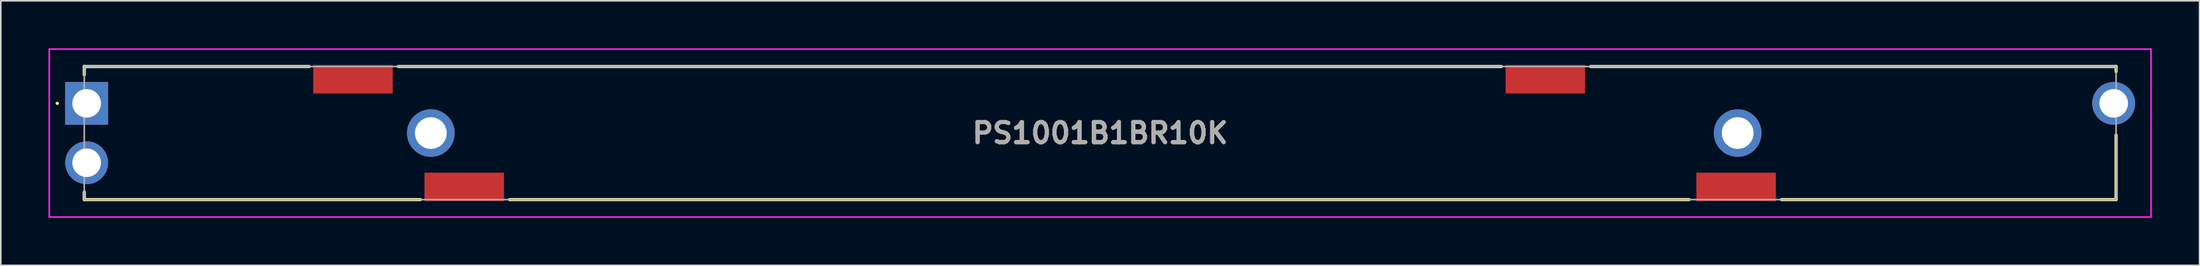
<source format=kicad_pcb>
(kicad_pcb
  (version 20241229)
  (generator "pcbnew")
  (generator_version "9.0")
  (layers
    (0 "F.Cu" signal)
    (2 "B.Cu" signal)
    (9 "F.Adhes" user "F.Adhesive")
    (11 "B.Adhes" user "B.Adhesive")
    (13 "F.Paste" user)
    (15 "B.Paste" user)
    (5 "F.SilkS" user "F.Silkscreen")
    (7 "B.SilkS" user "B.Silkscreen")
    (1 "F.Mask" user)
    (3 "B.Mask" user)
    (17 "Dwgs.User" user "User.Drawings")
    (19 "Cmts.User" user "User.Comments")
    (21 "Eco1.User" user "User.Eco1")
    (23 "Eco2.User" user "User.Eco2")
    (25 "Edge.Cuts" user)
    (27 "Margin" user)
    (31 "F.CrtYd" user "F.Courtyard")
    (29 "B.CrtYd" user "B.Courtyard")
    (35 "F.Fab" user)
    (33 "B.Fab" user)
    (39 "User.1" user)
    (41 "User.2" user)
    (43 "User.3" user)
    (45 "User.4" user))
  (footprint "PS1001B1BR10K"
    (layer "F.Cu")
    (at 2.4 3.475)
    (property "Reference" "PS1001B1BR10K" (at 63.75 1.875 0) (layer "F.SilkS") (effects (font (size 1.27 1.27) (thickness 0.254))))
    (attr through_hole)
    (fp_line (start -1.9 0) (end -1.9 0) (stroke (width 0.1) (type solid)) (layer "F.SilkS"))
    (fp_line (start -1.8 0) (end -1.8 0) (stroke (width 0.1) (type solid)) (layer "F.SilkS"))
    (fp_line (start -0.15 -2.325) (end 14 -2.325) (stroke (width 0.2) (type solid)) (layer "F.SilkS"))
    (fp_line (start -0.15 -1.8) (end -0.15 -2.325) (stroke (width 0.2) (type solid)) (layer "F.SilkS"))
    (fp_line (start -0.15 6.075) (end -0.15 5.6) (stroke (width 0.2) (type solid)) (layer "F.SilkS"))
    (fp_line (start 19.6 -2.325) (end 89 -2.325) (stroke (width 0.2) (type solid)) (layer "F.SilkS"))
    (fp_line (start 21 6.075) (end -0.15 6.075) (stroke (width 0.2) (type solid)) (layer "F.SilkS"))
    (fp_line (start 94.6 -2.325) (end 127.65 -2.325) (stroke (width 0.2) (type solid)) (layer "F.SilkS"))
    (fp_line (start 100.8 6.075) (end 26.6 6.075) (stroke (width 0.2) (type solid)) (layer "F.SilkS"))
    (fp_line (start 127.65 -2.325) (end 127.65 -2) (stroke (width 0.2) (type solid)) (layer "F.SilkS"))
    (fp_line (start 127.65 2) (end 127.65 6.075) (stroke (width 0.2) (type solid)) (layer "F.SilkS"))
    (fp_line (start 127.65 6.075) (end 106.6 6.075) (stroke (width 0.2) (type solid)) (layer "F.SilkS"))
    (fp_arc (start -1.9 0) (mid -1.85 -0.05) (end -1.8 0) (stroke (width 0.1) (type solid)) (layer "F.SilkS"))
    (fp_arc (start -1.8 0) (mid -1.85 0.05) (end -1.9 0) (stroke (width 0.1) (type solid)) (layer "F.SilkS"))
    (fp_line (start -2.35 -3.425) (end 129.85 -3.425) (stroke (width 0.1) (type solid)) (layer "F.CrtYd"))
    (fp_line (start -2.35 7.175) (end -2.35 -3.425) (stroke (width 0.1) (type solid)) (layer "F.CrtYd"))
    (fp_line (start 129.85 -3.425) (end 129.85 7.175) (stroke (width 0.1) (type solid)) (layer "F.CrtYd"))
    (fp_line (start 129.85 7.175) (end -2.35 7.175) (stroke (width 0.1) (type solid)) (layer "F.CrtYd"))
    (fp_line (start -0.15 -2.325) (end 127.65 -2.325) (stroke (width 0.1) (type solid)) (layer "F.Fab"))
    (fp_line (start -0.15 6.075) (end -0.15 -2.325) (stroke (width 0.1) (type solid)) (layer "F.Fab"))
    (fp_line (start 127.65 -2.325) (end 127.65 6.075) (stroke (width 0.1) (type solid)) (layer "F.Fab"))
    (fp_line (start 127.65 6.075) (end -0.15 6.075) (stroke (width 0.1) (type solid)) (layer "F.Fab"))
    (fp_text user "${REFERENCE}" (at 63.75 1.875 0) (layer "F.Fab") (effects (font (size 1.27 1.27) (thickness 0.254))))
    (pad "1" thru_hole rect (at 0 0) (size 2.7 2.7) (drill 1.8) (layers "*.Cu" "*.Mask"))
    (pad "2" thru_hole circle (at 0 3.75) (size 2.7 2.7) (drill 1.8) (layers "*.Cu" "*.Mask"))
    (pad "3" thru_hole circle (at 127.5 0) (size 2.7 2.7) (drill 1.8) (layers "*.Cu" "*.Mask"))
    (pad "4" thru_hole circle (at 21.65 1.875) (size 3 3) (drill 2) (layers "*.Cu" "*.Mask"))
    (pad "5" thru_hole circle (at 103.85 1.875) (size 3 3) (drill 2) (layers "*.Cu" "*.Mask"))
    (pad "6" smd rect (at 16.75 -1.525 90) (size 1.8 5) (layers "F.Cu" "F.Mask" "F.Paste"))
    (pad "7" smd rect (at 91.75 -1.525 90) (size 1.8 5) (layers "F.Cu" "F.Mask" "F.Paste"))
    (pad "8" smd rect (at 23.75 5.275 90) (size 1.8 5) (layers "F.Cu" "F.Mask" "F.Paste"))
    (pad "9" smd rect (at 103.75 5.275 90) (size 1.8 5) (layers "F.Cu" "F.Mask" "F.Paste")))
  (gr_rect
    (start -3 -3)
    (end 135.3 13.7)
    (stroke (width 0.1) (type default))
    (fill no)
    (layer "Edge.Cuts")))
</source>
